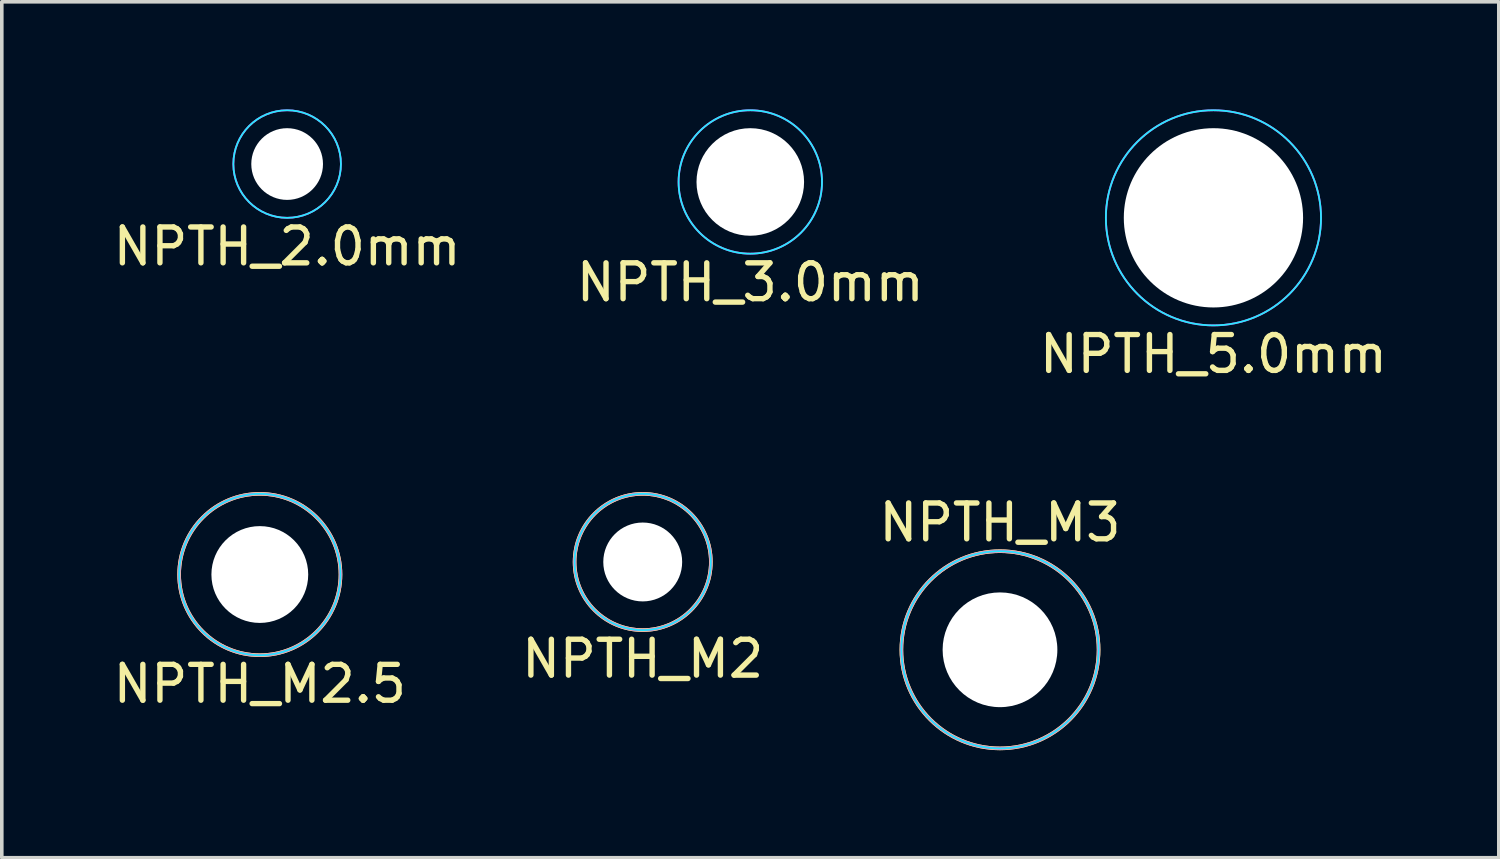
<source format=kicad_pcb>
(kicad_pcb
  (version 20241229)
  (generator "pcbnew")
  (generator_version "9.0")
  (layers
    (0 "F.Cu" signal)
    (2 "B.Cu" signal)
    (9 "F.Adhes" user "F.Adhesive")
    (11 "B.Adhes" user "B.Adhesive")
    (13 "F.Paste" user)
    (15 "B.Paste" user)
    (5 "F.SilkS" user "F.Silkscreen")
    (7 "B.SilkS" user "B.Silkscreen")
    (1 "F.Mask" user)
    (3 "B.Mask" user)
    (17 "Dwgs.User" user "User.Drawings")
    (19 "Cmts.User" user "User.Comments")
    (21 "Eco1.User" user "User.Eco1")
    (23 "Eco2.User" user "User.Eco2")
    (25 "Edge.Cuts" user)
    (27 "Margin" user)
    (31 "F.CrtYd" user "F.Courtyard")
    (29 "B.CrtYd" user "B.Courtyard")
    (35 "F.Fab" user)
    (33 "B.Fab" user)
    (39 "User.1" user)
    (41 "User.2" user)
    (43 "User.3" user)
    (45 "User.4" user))
  (footprint "NPTH_3.0mm"
    (layer "F.Cu")
    (at 17.875 2.025)
    (property "Reference" "NPTH_3.0mm" (at 0 2.8 0) (layer "F.SilkS") (effects (font (size 1 1) (thickness 0.15))))
    (attr exclude_from_pos_files exclude_from_bom)
    (fp_circle (center 0 0) (end 2 0) (stroke (width 0.05) (type solid)) (fill no) (layer "B.CrtYd"))
    (fp_circle (center 0 0) (end 2 0) (stroke (width 0.05) (type solid)) (fill no) (layer "F.CrtYd"))
    (pad "" np_thru_hole circle (at 0 0) (size 3 3) (drill 3) (layers "*.Cu" "*.Mask")))
  (footprint "NPTH_M3"
    (layer "F.Cu")
    (at 24.839 15.072)
    (property "Reference" "NPTH_M3" (at 0 -3.55 0) (layer "F.SilkS") (effects (font (size 1 1) (thickness 0.15))))
    (attr exclude_from_pos_files exclude_from_bom)
    (fp_circle (center 0 0) (end 2.75 0) (stroke (width 0.1) (type solid)) (fill no) (layer "F.SilkS"))
    (fp_circle (center 0 0) (end 2.75 0) (stroke (width 0.1) (type solid)) (fill no) (layer "B.SilkS"))
    (fp_circle (center 0 0) (end 2.75 0) (stroke (width 0.05) (type solid)) (fill no) (layer "B.CrtYd"))
    (fp_circle (center 0 0) (end 2.75 0) (stroke (width 0.05) (type solid)) (fill no) (layer "F.CrtYd"))
    (pad "" np_thru_hole circle (at 0 0) (size 3.2 3.2) (drill 3.2) (layers "*.Cu" "*.Mask")))
  (footprint "NPTH_M2"
    (layer "F.Cu")
    (at 14.875 12.623)
    (property "Reference" "NPTH_M2" (at 0 2.7 0) (layer "F.SilkS") (effects (font (size 1 1) (thickness 0.15))))
    (attr exclude_from_pos_files exclude_from_bom)
    (fp_circle (center 0 0) (end 1.9 0) (stroke (width 0.1) (type solid)) (fill no) (layer "F.SilkS"))
    (fp_circle (center 0 0) (end 1.9 0) (stroke (width 0.1) (type solid)) (fill no) (layer "B.SilkS"))
    (fp_circle (center 0 0) (end 1.9 0) (stroke (width 0.05) (type solid)) (fill no) (layer "B.CrtYd"))
    (fp_circle (center 0 0) (end 1.9 0) (stroke (width 0.05) (type solid)) (fill no) (layer "F.CrtYd"))
    (pad "" np_thru_hole circle (at 0 0) (size 2.2 2.2) (drill 2.2) (layers "*.Cu" "*.Mask")))
  (footprint "NPTH_M2.5"
    (layer "F.Cu")
    (at 4.196 12.973)
    (property "Reference" "NPTH_M2.5" (at 0 3.05 0) (layer "F.SilkS") (effects (font (size 1 1) (thickness 0.15))))
    (attr exclude_from_pos_files exclude_from_bom)
    (fp_circle (center 0 0) (end 2.25 0) (stroke (width 0.1) (type solid)) (fill no) (layer "F.SilkS"))
    (fp_circle (center 0 0) (end 2.25 0) (stroke (width 0.1) (type solid)) (fill no) (layer "B.SilkS"))
    (fp_circle (center 0 0) (end 2.25 0) (stroke (width 0.05) (type solid)) (fill no) (layer "B.CrtYd"))
    (fp_circle (center 0 0) (end 2.25 0) (stroke (width 0.05) (type solid)) (fill no) (layer "F.CrtYd"))
    (pad "" np_thru_hole circle (at 0 0) (size 2.7 2.7) (drill 2.7) (layers "*.Cu" "*.Mask")))
  (footprint "NPTH_5.0mm"
    (layer "F.Cu")
    (at 30.792 3.025)
    (property "Reference" "NPTH_5.0mm" (at 0 3.8 0) (layer "F.SilkS") (effects (font (size 1 1) (thickness 0.15))))
    (attr exclude_from_pos_files exclude_from_bom)
    (fp_circle (center 0 0) (end 3 0) (stroke (width 0.05) (type solid)) (fill no) (layer "B.CrtYd"))
    (fp_circle (center 0 0) (end 3 0) (stroke (width 0.05) (type solid)) (fill no) (layer "F.CrtYd"))
    (pad "" np_thru_hole circle (at 0 0) (size 5 5) (drill 5) (layers "*.Cu" "*.Mask")))
  (footprint "NPTH_2.0mm"
    (layer "F.Cu")
    (at 4.958 1.525)
    (property "Reference" "NPTH_2.0mm" (at 0 2.3 0) (layer "F.SilkS") (effects (font (size 1 1) (thickness 0.15))))
    (attr exclude_from_pos_files exclude_from_bom)
    (fp_circle (center 0 0) (end 1.5 0) (stroke (width 0.05) (type solid)) (fill no) (layer "B.CrtYd"))
    (fp_circle (center 0 0) (end 1.5 0) (stroke (width 0.05) (type solid)) (fill no) (layer "F.CrtYd"))
    (pad "" np_thru_hole circle (at 0 0) (size 2 2) (drill 2) (layers "*.Cu" "*.Mask")))
  (gr_rect
    (start -3 -3)
    (end 38.75 20.872)
    (stroke (width 0.1) (type default))
    (fill no)
    (layer "Edge.Cuts")))
</source>
